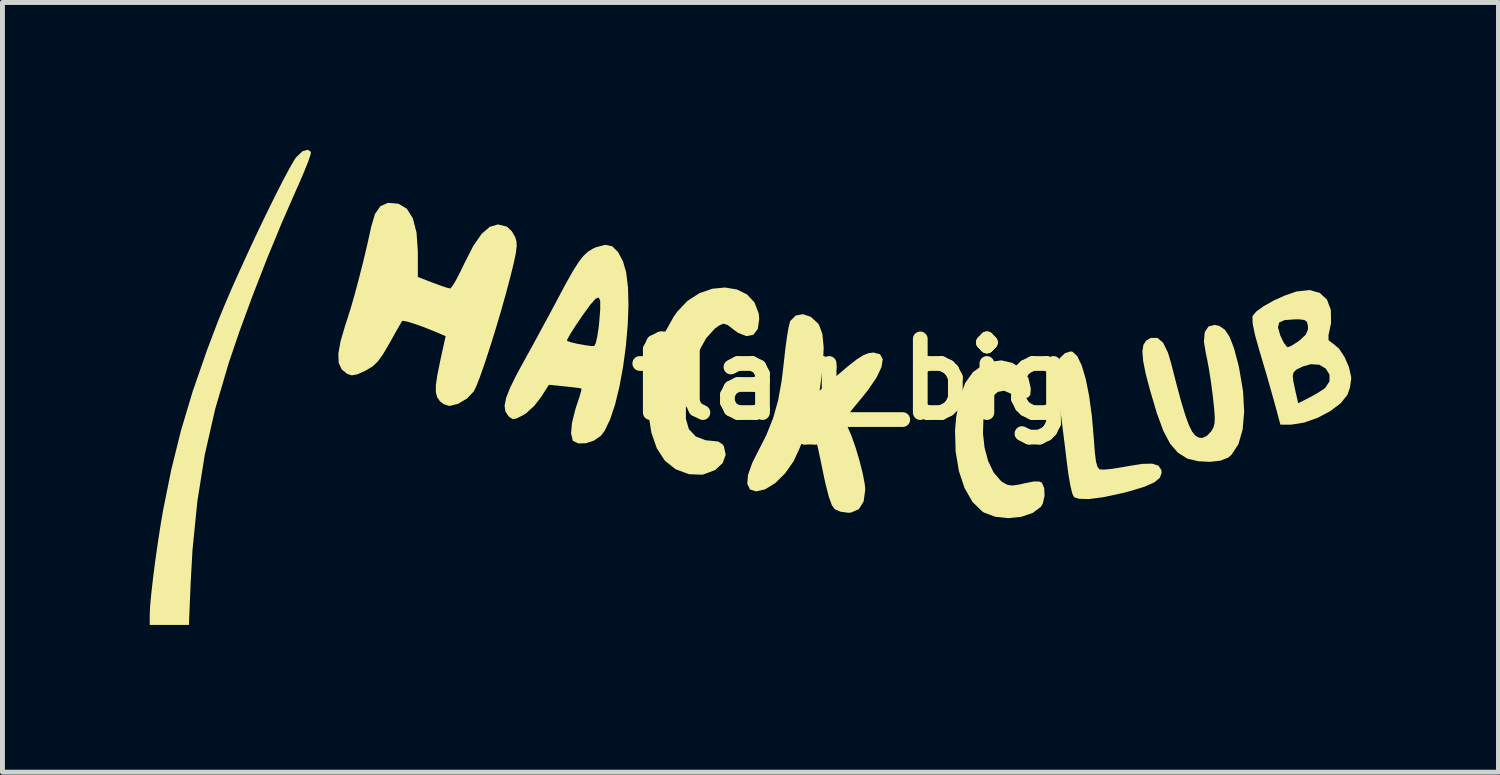
<source format=kicad_pcb>
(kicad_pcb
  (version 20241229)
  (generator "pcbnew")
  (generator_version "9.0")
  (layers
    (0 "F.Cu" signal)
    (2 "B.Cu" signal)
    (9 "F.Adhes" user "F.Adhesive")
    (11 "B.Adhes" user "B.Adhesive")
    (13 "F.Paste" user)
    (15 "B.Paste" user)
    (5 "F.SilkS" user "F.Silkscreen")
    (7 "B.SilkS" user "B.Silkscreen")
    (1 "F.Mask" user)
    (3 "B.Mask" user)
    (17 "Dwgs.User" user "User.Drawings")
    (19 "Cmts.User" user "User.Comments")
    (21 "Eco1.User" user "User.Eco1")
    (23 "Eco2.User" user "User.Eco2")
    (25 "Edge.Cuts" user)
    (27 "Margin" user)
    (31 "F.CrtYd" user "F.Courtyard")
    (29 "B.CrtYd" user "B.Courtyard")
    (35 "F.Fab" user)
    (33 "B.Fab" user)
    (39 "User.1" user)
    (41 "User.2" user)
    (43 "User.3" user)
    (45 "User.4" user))
  (footprint "flag_big"
    (layer "F.Cu")
    (at 14.304 4.676)
    (property "Reference" "flag_big" (at 0 0 0) (layer "F.SilkS") (effects (font (size 1.5 1.5) (thickness 0.3))))
    (attr board_only exclude_from_pos_files exclude_from_bom)
    (fp_poly (pts (xy -11.019 -4.631) (xy -11.03 -4.568) (xy -11.08 -4.424) (xy -11.162 -4.22) (xy -11.268 -3.973) (xy -11.321 -3.856) (xy -11.617 -3.179) (xy -11.918 -2.449) (xy -12.208 -1.704) (xy -12.474 -0.981) (xy -12.694 -0.334) (xy -12.969 0.601) (xy -13.181 1.529) (xy -13.333 2.48) (xy -13.433 3.481) (xy -13.47 4.147) (xy -13.506 5.004) (xy -13.905 5.004) (xy -14.304 5.004) (xy -14.304 4.798) (xy -14.296 4.618) (xy -14.271 4.355) (xy -14.234 4.03) (xy -14.187 3.667) (xy -14.133 3.29) (xy -14.075 2.922) (xy -14.031 2.665) (xy -13.866 1.846) (xy -13.669 1.051) (xy -13.43 0.251) (xy -13.14 -0.585) (xy -12.908 -1.197) (xy -12.786 -1.494) (xy -12.638 -1.839) (xy -12.47 -2.215) (xy -12.29 -2.609) (xy -12.105 -3.004) (xy -11.922 -3.385) (xy -11.749 -3.736) (xy -11.592 -4.044) (xy -11.46 -4.292) (xy -11.36 -4.465) (xy -11.316 -4.528) (xy -11.193 -4.644) (xy -11.085 -4.676)) (stroke (width 0) (type solid)) (fill yes) (layer "F.SilkS"))
    (fp_poly (pts (xy 4.495 -0.56) (xy 4.591 -0.47) (xy 4.681 -0.282) (xy 4.763 -0.008) (xy 4.833 0.342) (xy 4.889 0.757) (xy 4.928 1.215) (xy 4.949 1.491) (xy 4.972 1.675) (xy 5.002 1.783) (xy 5.04 1.832) (xy 5.049 1.836) (xy 5.137 1.841) (xy 5.303 1.824) (xy 5.514 1.79) (xy 5.607 1.773) (xy 5.907 1.724) (xy 6.116 1.719) (xy 6.245 1.76) (xy 6.303 1.848) (xy 6.309 1.904) (xy 6.274 2.006) (xy 6.162 2.099) (xy 5.965 2.187) (xy 5.672 2.277) (xy 5.504 2.32) (xy 5.117 2.403) (xy 4.825 2.441) (xy 4.623 2.435) (xy 4.526 2.402) (xy 4.49 2.329) (xy 4.449 2.161) (xy 4.407 1.914) (xy 4.377 1.682) (xy 4.337 1.348) (xy 4.291 0.982) (xy 4.247 0.636) (xy 4.221 0.433) (xy 4.191 0.179) (xy 4.173 -0.049) (xy 4.168 -0.22) (xy 4.173 -0.289) (xy 4.235 -0.431) (xy 4.342 -0.533) (xy 4.46 -0.568)) (stroke (width 0) (type solid)) (fill yes) (layer "F.SilkS"))
    (fp_poly (pts (xy -2.345 -1.83) (xy -2.139 -1.729) (xy -1.985 -1.566) (xy -1.899 -1.344) (xy -1.888 -1.23) (xy -1.916 -1.027) (xy -2.007 -0.907) (xy -2.146 -0.878) (xy -2.319 -0.945) (xy -2.403 -1.006) (xy -2.53 -1.105) (xy -2.618 -1.133) (xy -2.71 -1.093) (xy -2.796 -1.028) (xy -2.97 -0.835) (xy -3.123 -0.558) (xy -3.248 -0.221) (xy -3.337 0.151) (xy -3.381 0.534) (xy -3.382 0.805) (xy -3.322 1.014) (xy -3.18 1.166) (xy -2.975 1.244) (xy -2.887 1.251) (xy -2.724 1.268) (xy -2.632 1.328) (xy -2.608 1.365) (xy -2.571 1.538) (xy -2.632 1.706) (xy -2.784 1.848) (xy -2.789 1.851) (xy -3.042 1.944) (xy -3.32 1.934) (xy -3.593 1.832) (xy -3.811 1.658) (xy -3.975 1.405) (xy -4.085 1.089) (xy -4.142 0.724) (xy -4.146 0.327) (xy -4.096 -0.086) (xy -3.994 -0.502) (xy -3.838 -0.903) (xy -3.631 -1.274) (xy -3.562 -1.372) (xy -3.35 -1.597) (xy -3.105 -1.754) (xy -2.845 -1.844) (xy -2.586 -1.869)) (stroke (width 0) (type solid)) (fill yes) (layer "F.SilkS"))
    (fp_poly (pts (xy 3.271 -0.332) (xy 3.462 -0.209) (xy 3.594 -0.03) (xy 3.644 0.189) (xy 3.644 0.191) (xy 3.634 0.319) (xy 3.588 0.372) (xy 3.506 0.381) (xy 3.357 0.351) (xy 3.232 0.291) (xy 3.101 0.233) (xy 2.978 0.256) (xy 2.971 0.259) (xy 2.828 0.38) (xy 2.732 0.576) (xy 2.679 0.825) (xy 2.67 1.105) (xy 2.702 1.391) (xy 2.774 1.663) (xy 2.886 1.897) (xy 3.035 2.071) (xy 3.076 2.101) (xy 3.17 2.151) (xy 3.268 2.165) (xy 3.41 2.144) (xy 3.513 2.12) (xy 3.707 2.082) (xy 3.823 2.084) (xy 3.872 2.11) (xy 3.918 2.219) (xy 3.924 2.375) (xy 3.89 2.528) (xy 3.852 2.596) (xy 3.683 2.723) (xy 3.449 2.802) (xy 3.183 2.829) (xy 2.92 2.801) (xy 2.692 2.716) (xy 2.655 2.693) (xy 2.455 2.497) (xy 2.295 2.216) (xy 2.179 1.868) (xy 2.113 1.471) (xy 2.101 1.045) (xy 2.124 0.771) (xy 2.197 0.377) (xy 2.308 0.075) (xy 2.466 -0.145) (xy 2.676 -0.297) (xy 2.807 -0.352) (xy 3.045 -0.385)) (stroke (width 0) (type solid)) (fill yes) (layer "F.SilkS"))
    (fp_poly (pts (xy 7.489 -1.084) (xy 7.6 -1.007) (xy 7.697 -0.858) (xy 7.786 -0.624) (xy 7.873 -0.296) (xy 7.888 -0.228) (xy 7.968 0.242) (xy 7.991 0.664) (xy 7.959 1.027) (xy 7.874 1.321) (xy 7.736 1.534) (xy 7.663 1.597) (xy 7.507 1.658) (xy 7.291 1.682) (xy 7.058 1.67) (xy 6.85 1.621) (xy 6.823 1.61) (xy 6.639 1.494) (xy 6.483 1.313) (xy 6.345 1.053) (xy 6.215 0.7) (xy 6.204 0.664) (xy 6.076 0.232) (xy 5.985 -0.11) (xy 5.933 -0.373) (xy 5.917 -0.566) (xy 5.938 -0.701) (xy 5.994 -0.789) (xy 6.084 -0.84) (xy 6.092 -0.843) (xy 6.226 -0.842) (xy 6.34 -0.743) (xy 6.438 -0.543) (xy 6.5 -0.336) (xy 6.615 0.113) (xy 6.711 0.467) (xy 6.793 0.736) (xy 6.864 0.932) (xy 6.93 1.065) (xy 6.994 1.146) (xy 7.061 1.186) (xy 7.132 1.197) (xy 7.23 1.154) (xy 7.324 1.055) (xy 7.365 0.981) (xy 7.387 0.898) (xy 7.392 0.78) (xy 7.38 0.605) (xy 7.352 0.347) (xy 7.351 0.334) (xy 7.315 0.061) (xy 7.274 -0.203) (xy 7.234 -0.42) (xy 7.213 -0.511) (xy 7.17 -0.768) (xy 7.188 -0.96) (xy 7.264 -1.076) (xy 7.393 -1.108)) (stroke (width 0) (type solid)) (fill yes) (layer "F.SilkS"))
    (fp_poly (pts (xy -0.838 -1.272) (xy -0.694 -1.141) (xy -0.67 -1.108) (xy -0.602 -0.923) (xy -0.575 -0.647) (xy -0.591 -0.289) (xy -0.618 -0.061) (xy -0.658 0.232) (xy -0.316 -0.065) (xy -0.079 -0.266) (xy 0.097 -0.404) (xy 0.229 -0.488) (xy 0.336 -0.531) (xy 0.434 -0.544) (xy 0.441 -0.544) (xy 0.574 -0.509) (xy 0.628 -0.408) (xy 0.603 -0.249) (xy 0.503 -0.037) (xy 0.328 0.22) (xy 0.189 0.393) (xy 0.029 0.585) (xy -0.071 0.714) (xy -0.119 0.802) (xy -0.127 0.869) (xy -0.104 0.936) (xy -0.09 0.965) (xy -0.008 1.153) (xy 0.078 1.4) (xy 0.158 1.67) (xy 0.223 1.93) (xy 0.263 2.145) (xy 0.272 2.248) (xy 0.239 2.489) (xy 0.141 2.646) (xy -0.019 2.716) (xy -0.074 2.719) (xy -0.231 2.698) (xy -0.35 2.647) (xy -0.41 2.562) (xy -0.472 2.388) (xy -0.541 2.117) (xy -0.576 1.954) (xy -0.642 1.633) (xy -0.691 1.403) (xy -0.729 1.249) (xy -0.759 1.155) (xy -0.787 1.108) (xy -0.818 1.09) (xy -0.857 1.088) (xy -0.86 1.088) (xy -0.935 1.128) (xy -1.008 1.255) (xy -1.058 1.388) (xy -1.186 1.667) (xy -1.36 1.916) (xy -1.56 2.114) (xy -1.77 2.243) (xy -1.952 2.284) (xy -2.077 2.244) (xy -2.132 2.129) (xy -2.116 1.946) (xy -2.03 1.703) (xy -1.937 1.518) (xy -1.746 1.143) (xy -1.605 0.792) (xy -1.503 0.43) (xy -1.43 0.022) (xy -1.388 -0.33) (xy -1.357 -0.613) (xy -1.323 -0.863) (xy -1.29 -1.057) (xy -1.262 -1.172) (xy -1.257 -1.186) (xy -1.146 -1.298) (xy -0.998 -1.326)) (stroke (width 0) (type solid)) (fill yes) (layer "F.SilkS"))
    (fp_poly (pts (xy -4.882 -2.709) (xy -4.763 -2.59) (xy -4.663 -2.402) (xy -4.598 -2.174) (xy -4.561 -1.868) (xy -4.552 -1.504) (xy -4.567 -1.101) (xy -4.604 -0.679) (xy -4.661 -0.256) (xy -4.735 0.147) (xy -4.824 0.513) (xy -4.926 0.82) (xy -5.037 1.051) (xy -5.113 1.151) (xy -5.255 1.249) (xy -5.42 1.303) (xy -5.574 1.307) (xy -5.679 1.256) (xy -5.689 1.242) (xy -5.721 1.103) (xy -5.702 0.887) (xy -5.634 0.613) (xy -5.604 0.521) (xy -5.548 0.353) (xy -5.514 0.232) (xy -5.507 0.189) (xy -5.564 0.178) (xy -5.698 0.161) (xy -5.847 0.145) (xy -6.173 0.113) (xy -6.336 0.369) (xy -6.473 0.544) (xy -6.632 0.689) (xy -6.702 0.734) (xy -6.834 0.799) (xy -6.911 0.811) (xy -6.973 0.772) (xy -6.996 0.751) (xy -7.058 0.658) (xy -7.075 0.539) (xy -7.044 0.379) (xy -6.96 0.166) (xy -6.82 -0.115) (xy -6.702 -0.331) (xy -6.528 -0.646) (xy -6.453 -0.783) (xy -5.805 -0.783) (xy -5.737 -0.757) (xy -5.604 -0.725) (xy -5.449 -0.696) (xy -5.314 -0.678) (xy -5.249 -0.677) (xy -5.219 -0.733) (xy -5.187 -0.871) (xy -5.158 -1.065) (xy -5.15 -1.139) (xy -5.127 -1.419) (xy -5.127 -1.594) (xy -5.156 -1.666) (xy -5.222 -1.64) (xy -5.331 -1.516) (xy -5.489 -1.298) (xy -5.5 -1.282) (xy -5.633 -1.086) (xy -5.735 -0.925) (xy -5.795 -0.817) (xy -5.805 -0.783) (xy -6.453 -0.783) (xy -6.338 -0.996) (xy -6.154 -1.335) (xy -6.011 -1.604) (xy -5.83 -1.944) (xy -5.686 -2.199) (xy -5.569 -2.385) (xy -5.468 -2.514) (xy -5.373 -2.602) (xy -5.274 -2.662) (xy -5.214 -2.689) (xy -5.026 -2.739)) (stroke (width 0) (type solid)) (fill yes) (layer "F.SilkS"))
    (fp_poly (pts (xy 9.53 -1.76) (xy 9.677 -1.623) (xy 9.756 -1.415) (xy 9.761 -1.145) (xy 9.708 -0.894) (xy 9.71 -0.795) (xy 9.802 -0.724) (xy 9.807 -0.722) (xy 9.924 -0.623) (xy 10.036 -0.453) (xy 10.124 -0.251) (xy 10.169 -0.053) (xy 10.171 -0.007) (xy 10.145 0.172) (xy 10.093 0.319) (xy 9.957 0.488) (xy 9.745 0.649) (xy 9.485 0.786) (xy 9.211 0.883) (xy 8.952 0.924) (xy 8.926 0.925) (xy 8.729 0.925) (xy 8.608 0.476) (xy 8.538 0.227) (xy 8.451 -0.077) (xy 8.98 -0.077) (xy 8.992 0.04) (xy 9.022 0.183) (xy 9.091 0.488) (xy 9.318 0.374) (xy 9.478 0.285) (xy 9.609 0.2) (xy 9.641 0.176) (xy 9.729 0.043) (xy 9.728 -0.096) (xy 9.654 -0.217) (xy 9.523 -0.296) (xy 9.349 -0.307) (xy 9.339 -0.305) (xy 9.181 -0.259) (xy 9.055 -0.197) (xy 9.055 -0.197) (xy 9 -0.145) (xy 8.98 -0.077) (xy 8.451 -0.077) (xy 8.451 -0.079) (xy 8.357 -0.396) (xy 8.304 -0.574) (xy 8.212 -0.899) (xy 8.179 -1.059) (xy 8.679 -1.059) (xy 8.725 -0.898) (xy 8.733 -0.878) (xy 8.799 -0.742) (xy 8.86 -0.662) (xy 8.88 -0.653) (xy 8.955 -0.683) (xy 9.076 -0.76) (xy 9.122 -0.794) (xy 9.247 -0.91) (xy 9.291 -1.02) (xy 9.29 -1.079) (xy 9.271 -1.167) (xy 9.219 -1.208) (xy 9.105 -1.221) (xy 9.014 -1.22) (xy 8.812 -1.205) (xy 8.704 -1.156) (xy 8.679 -1.059) (xy 8.179 -1.059) (xy 8.164 -1.129) (xy 8.159 -1.269) (xy 8.164 -1.293) (xy 8.239 -1.382) (xy 8.391 -1.491) (xy 8.593 -1.604) (xy 8.819 -1.706) (xy 9.041 -1.783) (xy 9.058 -1.788) (xy 9.321 -1.818)) (stroke (width 0) (type solid)) (fill yes) (layer "F.SilkS"))
    (fp_poly (pts (xy -9.247 -3.577) (xy -9.233 -3.573) (xy -9.066 -3.474) (xy -8.944 -3.278) (xy -8.869 -2.988) (xy -8.842 -2.606) (xy -8.842 -2.579) (xy -8.842 -2.084) (xy -8.539 -1.967) (xy -8.368 -1.904) (xy -8.236 -1.861) (xy -8.182 -1.849) (xy -8.139 -1.896) (xy -8.064 -2.021) (xy -7.969 -2.205) (xy -7.891 -2.368) (xy -7.713 -2.716) (xy -7.544 -2.96) (xy -7.378 -3.105) (xy -7.211 -3.154) (xy -7.038 -3.112) (xy -7.02 -3.102) (xy -6.929 -3.016) (xy -6.858 -2.893) (xy -6.833 -2.811) (xy -6.829 -2.71) (xy -6.846 -2.568) (xy -6.889 -2.364) (xy -6.957 -2.089) (xy -7.048 -1.745) (xy -7.151 -1.38) (xy -7.261 -1.011) (xy -7.371 -0.658) (xy -7.476 -0.337) (xy -7.57 -0.067) (xy -7.648 0.134) (xy -7.703 0.247) (xy -7.703 0.248) (xy -7.842 0.393) (xy -8.024 0.501) (xy -8.201 0.544) (xy -8.202 0.544) (xy -8.318 0.506) (xy -8.395 0.444) (xy -8.449 0.365) (xy -8.476 0.263) (xy -8.475 0.12) (xy -8.445 -0.087) (xy -8.386 -0.376) (xy -8.381 -0.401) (xy -8.276 -0.878) (xy -8.503 -0.975) (xy -8.711 -1.058) (xy -8.905 -1.128) (xy -9.06 -1.175) (xy -9.15 -1.192) (xy -9.161 -1.188) (xy -9.193 -1.136) (xy -9.265 -1.01) (xy -9.364 -0.834) (xy -9.42 -0.734) (xy -9.55 -0.512) (xy -9.657 -0.363) (xy -9.764 -0.262) (xy -9.894 -0.183) (xy -9.913 -0.173) (xy -10.078 -0.099) (xy -10.188 -0.08) (xy -10.278 -0.108) (xy -10.393 -0.2) (xy -10.454 -0.333) (xy -10.462 -0.521) (xy -10.417 -0.774) (xy -10.319 -1.107) (xy -10.28 -1.224) (xy -10.212 -1.438) (xy -10.129 -1.729) (xy -10.039 -2.066) (xy -9.949 -2.421) (xy -9.868 -2.763) (xy -9.802 -3.061) (xy -9.792 -3.108) (xy -9.716 -3.366) (xy -9.605 -3.526) (xy -9.451 -3.594)) (stroke (width 0) (type solid)) (fill yes) (layer "F.SilkS")))
  (gr_rect
    (start -3 -3)
    (end 27.475 12.68)
    (stroke (width 0.1) (type default))
    (fill no)
    (layer "Edge.Cuts")))
</source>
